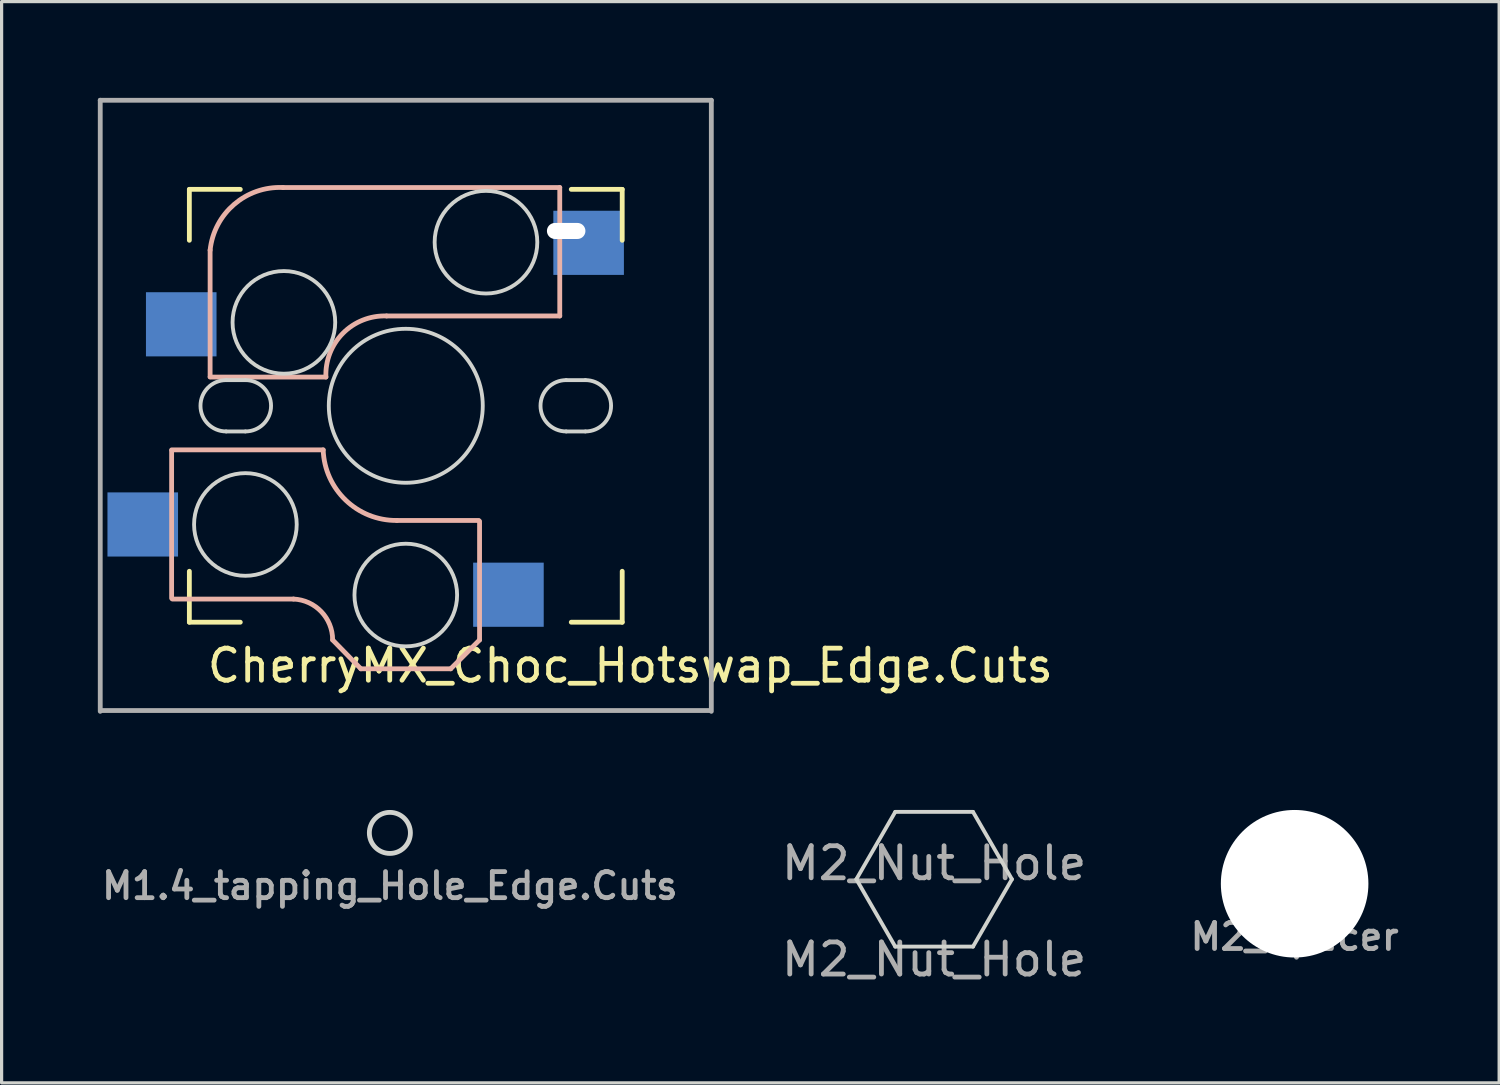
<source format=kicad_pcb>
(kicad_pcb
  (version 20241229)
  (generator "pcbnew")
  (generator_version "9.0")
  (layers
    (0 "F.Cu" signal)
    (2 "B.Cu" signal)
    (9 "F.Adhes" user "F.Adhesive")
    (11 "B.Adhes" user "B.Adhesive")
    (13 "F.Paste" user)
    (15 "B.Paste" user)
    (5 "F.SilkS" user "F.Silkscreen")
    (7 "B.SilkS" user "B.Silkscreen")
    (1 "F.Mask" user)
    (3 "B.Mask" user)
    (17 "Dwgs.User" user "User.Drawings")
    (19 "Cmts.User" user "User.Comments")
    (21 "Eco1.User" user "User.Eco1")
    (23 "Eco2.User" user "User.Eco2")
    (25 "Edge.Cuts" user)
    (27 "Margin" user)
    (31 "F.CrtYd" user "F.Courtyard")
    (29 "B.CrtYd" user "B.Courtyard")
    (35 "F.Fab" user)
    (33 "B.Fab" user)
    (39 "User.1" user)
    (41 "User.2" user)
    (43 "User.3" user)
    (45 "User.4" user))
  (footprint "M2_Nut_Hole"
    (layer "F.Cu")
    (at 26.071 24.36)
    (property "Reference" "M2_Nut_Hole" (at 0 -0.5 0) (unlocked yes) (layer "F.Fab") (effects (font (size 1 1) (thickness 0.15))))
    (fp_line (start -2.425 0) (end -1.212 -2.1) (stroke (width 0.12) (type solid)) (layer "Edge.Cuts"))
    (fp_line (start -1.212 -2.1) (end 1.212 -2.1) (stroke (width 0.12) (type solid)) (layer "Edge.Cuts"))
    (fp_line (start -1.212 2.1) (end -2.425 0) (stroke (width 0.12) (type solid)) (layer "Edge.Cuts"))
    (fp_line (start -1.212 2.1) (end 1.212 2.1) (stroke (width 0.12) (type solid)) (layer "Edge.Cuts"))
    (fp_line (start 1.212 2.1) (end 2.425 0) (stroke (width 0.12) (type solid)) (layer "Edge.Cuts"))
    (fp_line (start 2.425 0) (end 1.212 -2.1) (stroke (width 0.12) (type solid)) (layer "Edge.Cuts"))
    (fp_text user "${REFERENCE}" (at 0 2.5 0) (unlocked yes) (layer "F.Fab") (effects (font (size 1 1) (thickness 0.15)))))
  (footprint "CherryMX_Choc_Hotswap_Edge.Cuts"
    (layer "F.Cu")
    (at 9.6 9.6)
    (property "Reference" "CherryMX_Choc_Hotswap_Edge.Cuts" (at 7 8.1 0) (layer "F.SilkS") (effects (font (size 1 1) (thickness 0.15))))
    (fp_line (start -6.747 -6.747) (end -5.159 -6.747) (stroke (width 0.15) (type solid)) (layer "F.SilkS"))
    (fp_line (start -6.747 -5.159) (end -6.747 -6.747) (stroke (width 0.15) (type solid)) (layer "F.SilkS"))
    (fp_line (start -6.747 6.747) (end -6.747 5.159) (stroke (width 0.15) (type solid)) (layer "F.SilkS"))
    (fp_line (start -5.159 6.747) (end -6.747 6.747) (stroke (width 0.15) (type solid)) (layer "F.SilkS"))
    (fp_line (start 5.159 -6.747) (end 6.747 -6.747) (stroke (width 0.15) (type solid)) (layer "F.SilkS"))
    (fp_line (start 6.747 -6.747) (end 6.747 -5.159) (stroke (width 0.15) (type solid)) (layer "F.SilkS"))
    (fp_line (start 6.747 5.159) (end 6.747 6.747) (stroke (width 0.15) (type solid)) (layer "F.SilkS"))
    (fp_line (start 6.747 6.747) (end 5.159 6.747) (stroke (width 0.15) (type solid)) (layer "F.SilkS"))
    (fp_line (start -7.3 1.4) (end -7.3 6) (stroke (width 0.15) (type solid)) (layer "B.SilkS"))
    (fp_line (start -6.1 -4.85) (end -6.1 -0.905) (stroke (width 0.15) (type solid)) (layer "B.SilkS"))
    (fp_line (start -6.1 -0.896) (end -2.49 -0.896) (stroke (width 0.15) (type solid)) (layer "B.SilkS"))
    (fp_line (start -3.5 6.025) (end -7.275 6.025) (stroke (width 0.15) (type solid)) (layer "B.SilkS"))
    (fp_line (start -2.575 1.375) (end -7.3 1.375) (stroke (width 0.15) (type solid)) (layer "B.SilkS"))
    (fp_line (start -2.28 7.3) (end -1.4 8.2) (stroke (width 0.15) (type solid)) (layer "B.SilkS"))
    (fp_line (start 1.4 8.2) (end -1.4 8.2) (stroke (width 0.15) (type solid)) (layer "B.SilkS"))
    (fp_line (start 2.275 3.575) (end -0.275 3.575) (stroke (width 0.15) (type solid)) (layer "B.SilkS"))
    (fp_line (start 2.3 3.6) (end 2.3 7.3) (stroke (width 0.15) (type solid)) (layer "B.SilkS"))
    (fp_line (start 2.3 7.3) (end 1.4 8.2) (stroke (width 0.15) (type solid)) (layer "B.SilkS"))
    (fp_line (start 4.8 -6.804) (end -3.825 -6.804) (stroke (width 0.15) (type solid)) (layer "B.SilkS"))
    (fp_line (start 4.8 -2.8) (end -0.6 -2.8) (stroke (width 0.15) (type solid)) (layer "B.SilkS"))
    (fp_line (start 4.8 -2.8) (end 4.8 -6.804) (stroke (width 0.15) (type solid)) (layer "B.SilkS"))
    (fp_arc (start -6.1 -4.85) (mid -5.3507 -6.278973) (end -3.825 -6.804) (stroke (width 0.15) (type solid)) (layer "B.SilkS"))
    (fp_arc (start -3.5 6.025) (mid -2.633993 6.417536) (end -2.28 7.3) (stroke (width 0.15) (type solid)) (layer "B.SilkS"))
    (fp_arc (start -2.49 -0.896) (mid -1.960305 -2.260251) (end -0.6 -2.8) (stroke (width 0.15) (type solid)) (layer "B.SilkS"))
    (fp_arc (start -0.275 3.575) (mid -1.872559 2.942903) (end -2.575 1.375) (stroke (width 0.15) (type solid)) (layer "B.SilkS"))
    (fp_line (start -5.6 -0.8) (end -5 -0.8) (stroke (width 0.12) (type solid)) (layer "Edge.Cuts"))
    (fp_line (start -5.6 0.8) (end -5 0.8) (stroke (width 0.12) (type solid)) (layer "Edge.Cuts"))
    (fp_line (start 5 -0.8) (end 5.6 -0.8) (stroke (width 0.12) (type solid)) (layer "Edge.Cuts"))
    (fp_line (start 5 0.8) (end 5.6 0.8) (stroke (width 0.12) (type solid)) (layer "Edge.Cuts"))
    (fp_arc (start -5.6 0.8) (mid -6.4 0) (end -5.6 -0.8) (stroke (width 0.12) (type solid)) (layer "Edge.Cuts"))
    (fp_arc (start -5 -0.8) (mid -4.2 0) (end -5 0.8) (stroke (width 0.12) (type solid)) (layer "Edge.Cuts"))
    (fp_arc (start 5 0.8) (mid 4.2 0) (end 5 -0.8) (stroke (width 0.12) (type solid)) (layer "Edge.Cuts"))
    (fp_arc (start 5.6 -0.8) (mid 6.4 0) (end 5.6 0.8) (stroke (width 0.12) (type solid)) (layer "Edge.Cuts"))
    (fp_circle (center -5 3.7) (end -3.4 3.7) (stroke (width 0.12) (type solid)) (fill no) (layer "Edge.Cuts"))
    (fp_circle (center -3.8 -2.6) (end -2.2 -2.6) (stroke (width 0.12) (type solid)) (fill no) (layer "Edge.Cuts"))
    (fp_circle (center 0 0) (end 2.4 0) (stroke (width 0.12) (type solid)) (fill no) (layer "Edge.Cuts"))
    (fp_circle (center 0 5.9) (end 1.6 5.9) (stroke (width 0.12) (type solid)) (fill no) (layer "Edge.Cuts"))
    (fp_circle (center 2.5 -5.1) (end 4.1 -5.1) (stroke (width 0.12) (type solid)) (fill no) (layer "Edge.Cuts"))
    (fp_line (start -9.525 -9.525) (end 9.525 -9.525) (stroke (width 0.15) (type solid)) (layer "F.Fab"))
    (fp_line (start -9.525 9.525) (end -9.525 -9.525) (stroke (width 0.15) (type solid)) (layer "F.Fab"))
    (fp_line (start 9.5 9.5) (end -9.5 9.5) (stroke (width 0.15) (type solid)) (layer "F.Fab"))
    (fp_line (start 9.525 -9.525) (end 9.525 9.525) (stroke (width 0.15) (type solid)) (layer "F.Fab"))
    (pad "" np_thru_hole oval (at 5 -5.45 180) (size 1.2 0.5) (drill oval 1.2 0.5) (layers "*.Cu" "*.Mask"))
    (pad "1" smd rect (at -8.2 3.7) (size 2.2 2) (layers "B.Cu" "B.Mask" "B.Paste"))
    (pad "1" smd rect (at -7 -2.54) (size 2.2 2) (layers "B.Cu" "B.Mask" "B.Paste"))
    (pad "2" smd rect (at 3.2 5.89) (size 2.2 2) (layers "B.Cu" "B.Mask" "B.Paste"))
    (pad "2" smd rect (at 5.7 -5.08) (size 2.2 2) (layers "B.Cu" "B.Mask" "B.Paste")))
  (footprint "M2_Spacer"
    (layer "F.Cu")
    (at 37.309 24.5)
    (property "Reference" "M2_Spacer" (at 0 1.651 0) (layer "F.Fab") (effects (font (size 0.813 0.813) (thickness 0.15))))
    (pad "" np_thru_hole circle (at 0 0) (size 4.6 4.6) (drill 4.6) (layers "*.Cu" "*.Mask")))
  (footprint "M1.4_tapping_Hole_Edge.Cuts"
    (layer "F.Cu")
    (at 9.104 22.915)
    (property "Reference" "M1.4_tapping_Hole_Edge.Cuts" (at 0 1.651 0) (layer "F.Fab") (effects (font (size 0.813 0.813) (thickness 0.15))))
    (fp_circle (center 0 0) (end 0.64 0) (stroke (width 0.15) (type solid)) (fill no) (layer "Edge.Cuts")))
  (gr_rect
    (start -3 -3)
    (end 43.685 30.708)
    (stroke (width 0.1) (type default))
    (fill no)
    (layer "Edge.Cuts")))
</source>
